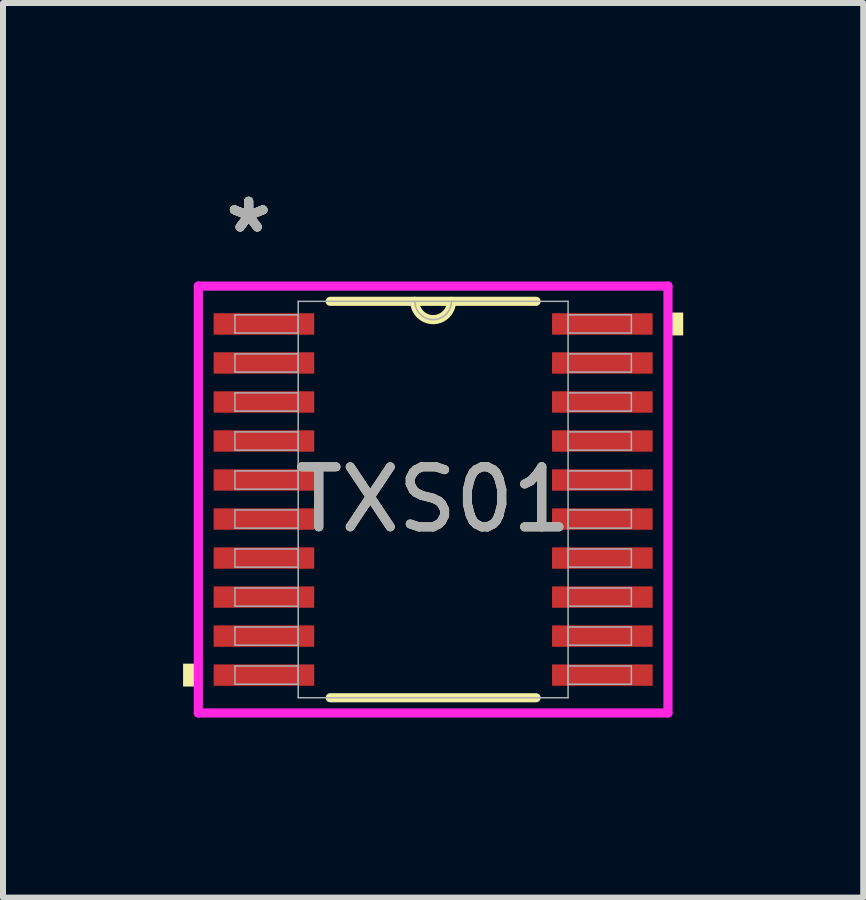
<source format=kicad_pcb>
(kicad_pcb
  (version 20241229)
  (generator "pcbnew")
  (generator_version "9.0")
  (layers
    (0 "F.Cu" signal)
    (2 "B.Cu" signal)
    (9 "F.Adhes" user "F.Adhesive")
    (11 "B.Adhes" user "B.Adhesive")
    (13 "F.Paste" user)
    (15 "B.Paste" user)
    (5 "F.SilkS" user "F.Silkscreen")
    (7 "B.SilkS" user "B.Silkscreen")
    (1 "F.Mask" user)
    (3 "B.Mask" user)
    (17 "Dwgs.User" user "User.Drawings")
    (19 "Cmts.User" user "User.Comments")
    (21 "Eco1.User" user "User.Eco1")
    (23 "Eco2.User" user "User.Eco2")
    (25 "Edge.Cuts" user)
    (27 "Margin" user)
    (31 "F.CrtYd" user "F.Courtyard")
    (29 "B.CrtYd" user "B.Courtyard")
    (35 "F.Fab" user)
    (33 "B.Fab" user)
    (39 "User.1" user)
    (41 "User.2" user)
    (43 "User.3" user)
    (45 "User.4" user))
  (footprint "TXS01"
    (layer "F.Cu")
    (at 4.166 5.272)
    (property "Reference" "TXS01" (at 0 0 0) (unlocked yes) (layer "F.SilkS") (effects (font (size 1 1) (thickness 0.15))))
    (attr smd)
    (fp_line (start -1.715 3.302) (end 1.715 3.302) (stroke (width 0.152) (type solid)) (layer "F.SilkS"))
    (fp_line (start 1.715 -3.302) (end -1.715 -3.302) (stroke (width 0.152) (type solid)) (layer "F.SilkS"))
    (fp_arc (start 0.3048 -3.302) (mid 0 -2.9972) (end -0.3048 -3.302) (stroke (width 0.1524) (type solid)) (layer "F.SilkS"))
    (fp_poly (pts (xy -4.166 2.734) (xy -4.166 3.115) (xy -3.912 3.115) (xy -3.912 2.734)) (stroke (width 0) (type solid)) (fill yes) (layer "F.SilkS"))
    (fp_poly (pts (xy 4.166 -3.115) (xy 4.166 -2.734) (xy 3.912 -2.734) (xy 3.912 -3.115)) (stroke (width 0) (type solid)) (fill yes) (layer "F.SilkS"))
    (fp_line (start -3.912 -3.556) (end 3.912 -3.556) (stroke (width 0.152) (type solid)) (layer "F.CrtYd"))
    (fp_line (start -3.912 3.556) (end -3.912 -3.556) (stroke (width 0.152) (type solid)) (layer "F.CrtYd"))
    (fp_line (start 3.912 -3.556) (end 3.912 3.556) (stroke (width 0.152) (type solid)) (layer "F.CrtYd"))
    (fp_line (start 3.912 3.556) (end -3.912 3.556) (stroke (width 0.152) (type solid)) (layer "F.CrtYd"))
    (fp_line (start -3.302 -3.077) (end -3.302 -2.773) (stroke (width 0.025) (type solid)) (layer "F.Fab"))
    (fp_line (start -3.302 -2.773) (end -2.248 -2.773) (stroke (width 0.025) (type solid)) (layer "F.Fab"))
    (fp_line (start -3.302 -2.427) (end -3.302 -2.123) (stroke (width 0.025) (type solid)) (layer "F.Fab"))
    (fp_line (start -3.302 -2.123) (end -2.248 -2.123) (stroke (width 0.025) (type solid)) (layer "F.Fab"))
    (fp_line (start -3.302 -1.777) (end -3.302 -1.473) (stroke (width 0.025) (type solid)) (layer "F.Fab"))
    (fp_line (start -3.302 -1.473) (end -2.248 -1.473) (stroke (width 0.025) (type solid)) (layer "F.Fab"))
    (fp_line (start -3.302 -1.127) (end -3.302 -0.823) (stroke (width 0.025) (type solid)) (layer "F.Fab"))
    (fp_line (start -3.302 -0.823) (end -2.248 -0.823) (stroke (width 0.025) (type solid)) (layer "F.Fab"))
    (fp_line (start -3.302 -0.477) (end -3.302 -0.173) (stroke (width 0.025) (type solid)) (layer "F.Fab"))
    (fp_line (start -3.302 -0.173) (end -2.248 -0.173) (stroke (width 0.025) (type solid)) (layer "F.Fab"))
    (fp_line (start -3.302 0.173) (end -3.302 0.477) (stroke (width 0.025) (type solid)) (layer "F.Fab"))
    (fp_line (start -3.302 0.477) (end -2.248 0.477) (stroke (width 0.025) (type solid)) (layer "F.Fab"))
    (fp_line (start -3.302 0.823) (end -3.302 1.127) (stroke (width 0.025) (type solid)) (layer "F.Fab"))
    (fp_line (start -3.302 1.127) (end -2.248 1.127) (stroke (width 0.025) (type solid)) (layer "F.Fab"))
    (fp_line (start -3.302 1.473) (end -3.302 1.777) (stroke (width 0.025) (type solid)) (layer "F.Fab"))
    (fp_line (start -3.302 1.777) (end -2.248 1.777) (stroke (width 0.025) (type solid)) (layer "F.Fab"))
    (fp_line (start -3.302 2.123) (end -3.302 2.427) (stroke (width 0.025) (type solid)) (layer "F.Fab"))
    (fp_line (start -3.302 2.427) (end -2.248 2.427) (stroke (width 0.025) (type solid)) (layer "F.Fab"))
    (fp_line (start -3.302 2.773) (end -3.302 3.077) (stroke (width 0.025) (type solid)) (layer "F.Fab"))
    (fp_line (start -3.302 3.077) (end -2.248 3.077) (stroke (width 0.025) (type solid)) (layer "F.Fab"))
    (fp_line (start -2.248 -3.302) (end -2.248 3.302) (stroke (width 0.025) (type solid)) (layer "F.Fab"))
    (fp_line (start -2.248 -3.077) (end -3.302 -3.077) (stroke (width 0.025) (type solid)) (layer "F.Fab"))
    (fp_line (start -2.248 -2.773) (end -2.248 -3.077) (stroke (width 0.025) (type solid)) (layer "F.Fab"))
    (fp_line (start -2.248 -2.427) (end -3.302 -2.427) (stroke (width 0.025) (type solid)) (layer "F.Fab"))
    (fp_line (start -2.248 -2.123) (end -2.248 -2.427) (stroke (width 0.025) (type solid)) (layer "F.Fab"))
    (fp_line (start -2.248 -1.777) (end -3.302 -1.777) (stroke (width 0.025) (type solid)) (layer "F.Fab"))
    (fp_line (start -2.248 -1.473) (end -2.248 -1.777) (stroke (width 0.025) (type solid)) (layer "F.Fab"))
    (fp_line (start -2.248 -1.127) (end -3.302 -1.127) (stroke (width 0.025) (type solid)) (layer "F.Fab"))
    (fp_line (start -2.248 -0.823) (end -2.248 -1.127) (stroke (width 0.025) (type solid)) (layer "F.Fab"))
    (fp_line (start -2.248 -0.477) (end -3.302 -0.477) (stroke (width 0.025) (type solid)) (layer "F.Fab"))
    (fp_line (start -2.248 -0.173) (end -2.248 -0.477) (stroke (width 0.025) (type solid)) (layer "F.Fab"))
    (fp_line (start -2.248 0.173) (end -3.302 0.173) (stroke (width 0.025) (type solid)) (layer "F.Fab"))
    (fp_line (start -2.248 0.477) (end -2.248 0.173) (stroke (width 0.025) (type solid)) (layer "F.Fab"))
    (fp_line (start -2.248 0.823) (end -3.302 0.823) (stroke (width 0.025) (type solid)) (layer "F.Fab"))
    (fp_line (start -2.248 1.127) (end -2.248 0.823) (stroke (width 0.025) (type solid)) (layer "F.Fab"))
    (fp_line (start -2.248 1.473) (end -3.302 1.473) (stroke (width 0.025) (type solid)) (layer "F.Fab"))
    (fp_line (start -2.248 1.777) (end -2.248 1.473) (stroke (width 0.025) (type solid)) (layer "F.Fab"))
    (fp_line (start -2.248 2.123) (end -3.302 2.123) (stroke (width 0.025) (type solid)) (layer "F.Fab"))
    (fp_line (start -2.248 2.427) (end -2.248 2.123) (stroke (width 0.025) (type solid)) (layer "F.Fab"))
    (fp_line (start -2.248 2.773) (end -3.302 2.773) (stroke (width 0.025) (type solid)) (layer "F.Fab"))
    (fp_line (start -2.248 3.077) (end -2.248 2.773) (stroke (width 0.025) (type solid)) (layer "F.Fab"))
    (fp_line (start -2.248 3.302) (end 2.248 3.302) (stroke (width 0.025) (type solid)) (layer "F.Fab"))
    (fp_line (start 2.248 -3.302) (end -2.248 -3.302) (stroke (width 0.025) (type solid)) (layer "F.Fab"))
    (fp_line (start 2.248 -3.077) (end 2.248 -2.773) (stroke (width 0.025) (type solid)) (layer "F.Fab"))
    (fp_line (start 2.248 -2.773) (end 3.302 -2.773) (stroke (width 0.025) (type solid)) (layer "F.Fab"))
    (fp_line (start 2.248 -2.427) (end 2.248 -2.123) (stroke (width 0.025) (type solid)) (layer "F.Fab"))
    (fp_line (start 2.248 -2.123) (end 3.302 -2.123) (stroke (width 0.025) (type solid)) (layer "F.Fab"))
    (fp_line (start 2.248 -1.777) (end 2.248 -1.473) (stroke (width 0.025) (type solid)) (layer "F.Fab"))
    (fp_line (start 2.248 -1.473) (end 3.302 -1.473) (stroke (width 0.025) (type solid)) (layer "F.Fab"))
    (fp_line (start 2.248 -1.127) (end 2.248 -0.823) (stroke (width 0.025) (type solid)) (layer "F.Fab"))
    (fp_line (start 2.248 -0.823) (end 3.302 -0.823) (stroke (width 0.025) (type solid)) (layer "F.Fab"))
    (fp_line (start 2.248 -0.477) (end 2.248 -0.173) (stroke (width 0.025) (type solid)) (layer "F.Fab"))
    (fp_line (start 2.248 -0.173) (end 3.302 -0.173) (stroke (width 0.025) (type solid)) (layer "F.Fab"))
    (fp_line (start 2.248 0.173) (end 2.248 0.477) (stroke (width 0.025) (type solid)) (layer "F.Fab"))
    (fp_line (start 2.248 0.477) (end 3.302 0.477) (stroke (width 0.025) (type solid)) (layer "F.Fab"))
    (fp_line (start 2.248 0.823) (end 2.248 1.127) (stroke (width 0.025) (type solid)) (layer "F.Fab"))
    (fp_line (start 2.248 1.127) (end 3.302 1.127) (stroke (width 0.025) (type solid)) (layer "F.Fab"))
    (fp_line (start 2.248 1.473) (end 2.248 1.777) (stroke (width 0.025) (type solid)) (layer "F.Fab"))
    (fp_line (start 2.248 1.777) (end 3.302 1.777) (stroke (width 0.025) (type solid)) (layer "F.Fab"))
    (fp_line (start 2.248 2.123) (end 2.248 2.427) (stroke (width 0.025) (type solid)) (layer "F.Fab"))
    (fp_line (start 2.248 2.427) (end 3.302 2.427) (stroke (width 0.025) (type solid)) (layer "F.Fab"))
    (fp_line (start 2.248 2.773) (end 2.248 3.077) (stroke (width 0.025) (type solid)) (layer "F.Fab"))
    (fp_line (start 2.248 3.077) (end 3.302 3.077) (stroke (width 0.025) (type solid)) (layer "F.Fab"))
    (fp_line (start 2.248 3.302) (end 2.248 -3.302) (stroke (width 0.025) (type solid)) (layer "F.Fab"))
    (fp_line (start 3.302 -3.077) (end 2.248 -3.077) (stroke (width 0.025) (type solid)) (layer "F.Fab"))
    (fp_line (start 3.302 -2.773) (end 3.302 -3.077) (stroke (width 0.025) (type solid)) (layer "F.Fab"))
    (fp_line (start 3.302 -2.427) (end 2.248 -2.427) (stroke (width 0.025) (type solid)) (layer "F.Fab"))
    (fp_line (start 3.302 -2.123) (end 3.302 -2.427) (stroke (width 0.025) (type solid)) (layer "F.Fab"))
    (fp_line (start 3.302 -1.777) (end 2.248 -1.777) (stroke (width 0.025) (type solid)) (layer "F.Fab"))
    (fp_line (start 3.302 -1.473) (end 3.302 -1.777) (stroke (width 0.025) (type solid)) (layer "F.Fab"))
    (fp_line (start 3.302 -1.127) (end 2.248 -1.127) (stroke (width 0.025) (type solid)) (layer "F.Fab"))
    (fp_line (start 3.302 -0.823) (end 3.302 -1.127) (stroke (width 0.025) (type solid)) (layer "F.Fab"))
    (fp_line (start 3.302 -0.477) (end 2.248 -0.477) (stroke (width 0.025) (type solid)) (layer "F.Fab"))
    (fp_line (start 3.302 -0.173) (end 3.302 -0.477) (stroke (width 0.025) (type solid)) (layer "F.Fab"))
    (fp_line (start 3.302 0.173) (end 2.248 0.173) (stroke (width 0.025) (type solid)) (layer "F.Fab"))
    (fp_line (start 3.302 0.477) (end 3.302 0.173) (stroke (width 0.025) (type solid)) (layer "F.Fab"))
    (fp_line (start 3.302 0.823) (end 2.248 0.823) (stroke (width 0.025) (type solid)) (layer "F.Fab"))
    (fp_line (start 3.302 1.127) (end 3.302 0.823) (stroke (width 0.025) (type solid)) (layer "F.Fab"))
    (fp_line (start 3.302 1.473) (end 2.248 1.473) (stroke (width 0.025) (type solid)) (layer "F.Fab"))
    (fp_line (start 3.302 1.777) (end 3.302 1.473) (stroke (width 0.025) (type solid)) (layer "F.Fab"))
    (fp_line (start 3.302 2.123) (end 2.248 2.123) (stroke (width 0.025) (type solid)) (layer "F.Fab"))
    (fp_line (start 3.302 2.427) (end 3.302 2.123) (stroke (width 0.025) (type solid)) (layer "F.Fab"))
    (fp_line (start 3.302 2.773) (end 2.248 2.773) (stroke (width 0.025) (type solid)) (layer "F.Fab"))
    (fp_line (start 3.302 3.077) (end 3.302 2.773) (stroke (width 0.025) (type solid)) (layer "F.Fab"))
    (fp_arc (start 0.3048 -3.302) (mid 0 -2.9972) (end -0.3048 -3.302) (stroke (width 0.0254) (type solid)) (layer "F.Fab"))
    (fp_text user "*" (at -3.073 -4.424 0) (layer "F.SilkS") (effects (font (size 1 1) (thickness 0.15))))
    (fp_text user "*" (at -3.073 -4.424 0) (unlocked yes) (layer "F.SilkS") (effects (font (size 1 1) (thickness 0.15))))
    (fp_text user "*" (at -3.073 -4.424 0) (layer "F.Fab") (effects (font (size 1 1) (thickness 0.15))))
    (fp_text user "${REFERENCE}" (at 0 0 0) (unlocked yes) (layer "F.Fab") (effects (font (size 1 1) (thickness 0.15))))
    (fp_text user "*" (at -3.073 -4.424 0) (unlocked yes) (layer "F.Fab") (effects (font (size 1 1) (thickness 0.15))))
    (pad "1" smd rect (at -2.819 -2.925) (size 1.676 0.356) (layers "F.Cu" "F.Mask" "F.Paste"))
    (pad "2" smd rect (at -2.819 -2.275) (size 1.676 0.356) (layers "F.Cu" "F.Mask" "F.Paste"))
    (pad "3" smd rect (at -2.819 -1.625) (size 1.676 0.356) (layers "F.Cu" "F.Mask" "F.Paste"))
    (pad "4" smd rect (at -2.819 -0.975) (size 1.676 0.356) (layers "F.Cu" "F.Mask" "F.Paste"))
    (pad "5" smd rect (at -2.819 -0.325) (size 1.676 0.356) (layers "F.Cu" "F.Mask" "F.Paste"))
    (pad "6" smd rect (at -2.819 0.325) (size 1.676 0.356) (layers "F.Cu" "F.Mask" "F.Paste"))
    (pad "7" smd rect (at -2.819 0.975) (size 1.676 0.356) (layers "F.Cu" "F.Mask" "F.Paste"))
    (pad "8" smd rect (at -2.819 1.625) (size 1.676 0.356) (layers "F.Cu" "F.Mask" "F.Paste"))
    (pad "9" smd rect (at -2.819 2.275) (size 1.676 0.356) (layers "F.Cu" "F.Mask" "F.Paste"))
    (pad "10" smd rect (at -2.819 2.925) (size 1.676 0.356) (layers "F.Cu" "F.Mask" "F.Paste"))
    (pad "11" smd rect (at 2.819 2.925) (size 1.676 0.356) (layers "F.Cu" "F.Mask" "F.Paste"))
    (pad "12" smd rect (at 2.819 2.275) (size 1.676 0.356) (layers "F.Cu" "F.Mask" "F.Paste"))
    (pad "13" smd rect (at 2.819 1.625) (size 1.676 0.356) (layers "F.Cu" "F.Mask" "F.Paste"))
    (pad "14" smd rect (at 2.819 0.975) (size 1.676 0.356) (layers "F.Cu" "F.Mask" "F.Paste"))
    (pad "15" smd rect (at 2.819 0.325) (size 1.676 0.356) (layers "F.Cu" "F.Mask" "F.Paste"))
    (pad "16" smd rect (at 2.819 -0.325) (size 1.676 0.356) (layers "F.Cu" "F.Mask" "F.Paste"))
    (pad "17" smd rect (at 2.819 -0.975) (size 1.676 0.356) (layers "F.Cu" "F.Mask" "F.Paste"))
    (pad "18" smd rect (at 2.819 -1.625) (size 1.676 0.356) (layers "F.Cu" "F.Mask" "F.Paste"))
    (pad "19" smd rect (at 2.819 -2.275) (size 1.676 0.356) (layers "F.Cu" "F.Mask" "F.Paste"))
    (pad "20" smd rect (at 2.819 -2.925) (size 1.676 0.356) (layers "F.Cu" "F.Mask" "F.Paste")))
  (gr_rect
    (start -3 -3)
    (end 11.331 11.904)
    (stroke (width 0.1) (type default))
    (fill no)
    (layer "Edge.Cuts")))
</source>
